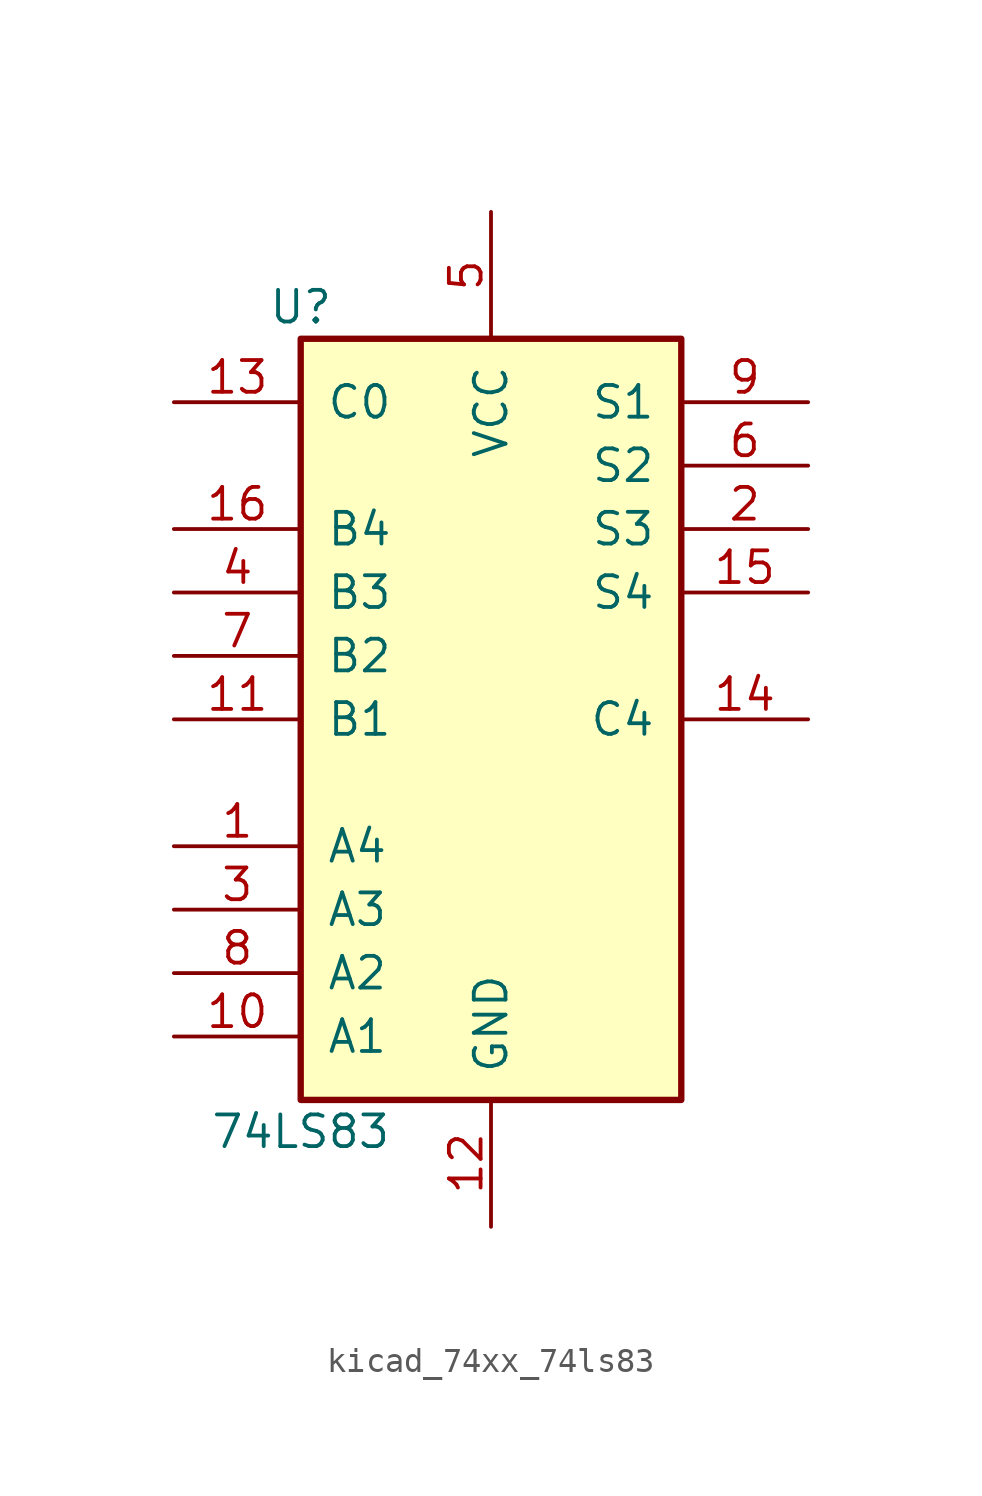
<source format=kicad_sym>
(kicad_symbol_lib
  (version 20220914)
  (generator kicad_symbol_editor)
  (symbol "kicad_74xx_74ls83"
    (pin_names
      (offset 1.016))
    (property "Reference" "U"
      (at -7.62 16.51 0)
      (effects (font (size 1.27 1.27))))
    (property "Value" "74LS83"
      (at -7.62 -16.51 0)
      (effects (font (size 1.27 1.27))))
    (property "ki_locked" ""
      (at 0 0 0)
      (effects (font (size 1.27 1.27))))
    (symbol "kicad_74xx_74ls83_1_0"
      (pin input line (at -12.7 -5.08 0) (length 5.08) (name "A4" (effects (font (size 1.27 1.27)))) (number "1" (effects (font (size 1.27 1.27)))))
      (pin input line (at -12.7 -12.7 0) (length 5.08) (name "A1" (effects (font (size 1.27 1.27)))) (number "10" (effects (font (size 1.27 1.27)))))
      (pin input line (at -12.7 0 0) (length 5.08) (name "B1" (effects (font (size 1.27 1.27)))) (number "11" (effects (font (size 1.27 1.27)))))
      (pin power_in line (at 0 -20.32 90) (length 5.08) (name "GND" (effects (font (size 1.27 1.27)))) (number "12" (effects (font (size 1.27 1.27)))))
      (pin input line (at -12.7 12.7 0) (length 5.08) (name "C0" (effects (font (size 1.27 1.27)))) (number "13" (effects (font (size 1.27 1.27)))))
      (pin output line (at 12.7 0 180) (length 5.08) (name "C4" (effects (font (size 1.27 1.27)))) (number "14" (effects (font (size 1.27 1.27)))))
      (pin output line (at 12.7 5.08 180) (length 5.08) (name "S4" (effects (font (size 1.27 1.27)))) (number "15" (effects (font (size 1.27 1.27)))))
      (pin input line (at -12.7 7.62 0) (length 5.08) (name "B4" (effects (font (size 1.27 1.27)))) (number "16" (effects (font (size 1.27 1.27)))))
      (pin output line (at 12.7 7.62 180) (length 5.08) (name "S3" (effects (font (size 1.27 1.27)))) (number "2" (effects (font (size 1.27 1.27)))))
      (pin input line (at -12.7 -7.62 0) (length 5.08) (name "A3" (effects (font (size 1.27 1.27)))) (number "3" (effects (font (size 1.27 1.27)))))
      (pin input line (at -12.7 5.08 0) (length 5.08) (name "B3" (effects (font (size 1.27 1.27)))) (number "4" (effects (font (size 1.27 1.27)))))
      (pin power_in line (at 0 20.32 270) (length 5.08) (name "VCC" (effects (font (size 1.27 1.27)))) (number "5" (effects (font (size 1.27 1.27)))))
      (pin output line (at 12.7 10.16 180) (length 5.08) (name "S2" (effects (font (size 1.27 1.27)))) (number "6" (effects (font (size 1.27 1.27)))))
      (pin input line (at -12.7 2.54 0) (length 5.08) (name "B2" (effects (font (size 1.27 1.27)))) (number "7" (effects (font (size 1.27 1.27)))))
      (pin input line (at -12.7 -10.16 0) (length 5.08) (name "A2" (effects (font (size 1.27 1.27)))) (number "8" (effects (font (size 1.27 1.27)))))
      (pin output line (at 12.7 12.7 180) (length 5.08) (name "S1" (effects (font (size 1.27 1.27)))) (number "9" (effects (font (size 1.27 1.27))))))
    (symbol "kicad_74xx_74ls83_1_1"
      (rectangle (start -7.62 15.24) (end 7.62 -15.24) (stroke (width 0.254) (type default)) (fill (type background))))))
</source>
